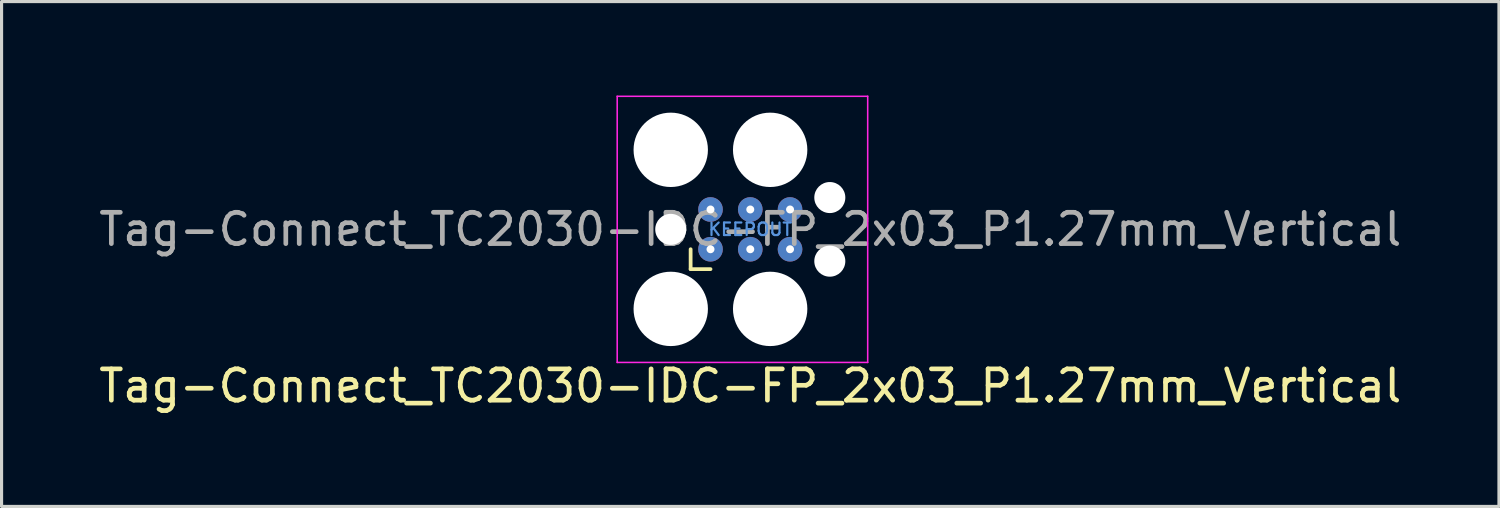
<source format=kicad_pcb>
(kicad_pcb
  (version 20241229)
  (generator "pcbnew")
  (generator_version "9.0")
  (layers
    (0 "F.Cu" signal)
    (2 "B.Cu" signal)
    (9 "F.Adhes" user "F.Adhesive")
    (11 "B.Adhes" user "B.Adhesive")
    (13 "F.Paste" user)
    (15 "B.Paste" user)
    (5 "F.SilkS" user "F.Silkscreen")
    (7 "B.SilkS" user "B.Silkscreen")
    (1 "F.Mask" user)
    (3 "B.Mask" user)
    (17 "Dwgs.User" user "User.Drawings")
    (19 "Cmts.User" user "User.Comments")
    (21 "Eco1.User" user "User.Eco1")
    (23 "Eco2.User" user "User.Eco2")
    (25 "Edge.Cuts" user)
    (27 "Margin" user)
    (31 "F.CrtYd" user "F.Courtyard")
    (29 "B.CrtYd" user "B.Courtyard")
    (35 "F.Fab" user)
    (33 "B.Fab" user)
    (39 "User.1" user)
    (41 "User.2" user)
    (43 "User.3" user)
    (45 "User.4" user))
  (footprint "Tag-Connect_TC2030-IDC-FP_2x03_P1.27mm_Vertical"
    (layer "F.Cu")
    (at 20.911 4.275)
    (property "Reference" "Tag-Connect_TC2030-IDC-FP_2x03_P1.27mm_Vertical" (at 0 5 0) (layer "F.SilkS") (effects (font (size 1 1) (thickness 0.15))))
    (attr exclude_from_pos_files exclude_from_bom)
    (fp_line (start -1.905 1.27) (end -1.905 0.635) (stroke (width 0.12) (type solid)) (layer "F.SilkS"))
    (fp_line (start -1.27 1.27) (end -1.905 1.27) (stroke (width 0.12) (type solid)) (layer "F.SilkS"))
    (fp_line (start -4.25 -4.25) (end 3.75 -4.25) (stroke (width 0.05) (type solid)) (layer "F.CrtYd"))
    (fp_line (start -4.25 4.25) (end -4.25 -4.25) (stroke (width 0.05) (type solid)) (layer "F.CrtYd"))
    (fp_line (start 3.75 -4.25) (end 3.75 4.25) (stroke (width 0.05) (type solid)) (layer "F.CrtYd"))
    (fp_line (start 3.75 4.25) (end -4.25 4.25) (stroke (width 0.05) (type solid)) (layer "F.CrtYd"))
    (fp_text user "KEEPOUT" (at 0 0 0) (layer "Cmts.User") (effects (font (size 0.4 0.4) (thickness 0.07))))
    (fp_text user "${REFERENCE}" (at 0 0 0) (layer "F.Fab") (effects (font (size 1 1) (thickness 0.15))))
    (pad "" np_thru_hole circle (at -2.54 -2.54) (size 2.375 2.375) (drill 2.375) (layers "*.Cu" "*.Mask"))
    (pad "" np_thru_hole circle (at -2.54 0) (size 0.991 0.991) (drill 0.991) (layers "*.Cu" "*.Mask"))
    (pad "" np_thru_hole circle (at -2.54 2.54) (size 2.375 2.375) (drill 2.375) (layers "*.Cu" "*.Mask"))
    (pad "" np_thru_hole circle (at 0.635 -2.54) (size 2.375 2.375) (drill 2.375) (layers "*.Cu" "*.Mask"))
    (pad "" np_thru_hole circle (at 0.635 2.54) (size 2.375 2.375) (drill 2.375) (layers "*.Cu" "*.Mask"))
    (pad "" np_thru_hole circle (at 2.54 -1.016) (size 0.991 0.991) (drill 0.991) (layers "*.Cu" "*.Mask"))
    (pad "" np_thru_hole circle (at 2.54 1.016) (size 0.991 0.991) (drill 0.991) (layers "*.Cu" "*.Mask"))
    (pad "1" thru_hole circle (at -1.27 0.635) (size 0.787 0.787) (drill 0.254) (layers "*.Cu" "F.Mask"))
    (pad "2" thru_hole circle (at -1.27 -0.635) (size 0.787 0.787) (drill 0.254) (layers "*.Cu" "F.Mask"))
    (pad "3" thru_hole circle (at 0 0.635) (size 0.787 0.787) (drill 0.254) (layers "*.Cu" "F.Mask"))
    (pad "4" thru_hole circle (at 0 -0.635) (size 0.787 0.787) (drill 0.254) (layers "*.Cu" "F.Mask"))
    (pad "5" thru_hole circle (at 1.27 0.635) (size 0.787 0.787) (drill 0.254) (layers "*.Cu" "F.Mask"))
    (pad "6" thru_hole circle (at 1.27 -0.635) (size 0.787 0.787) (drill 0.254) (layers "*.Cu" "F.Mask"))
    (zone (net_name "") (layer "F.Cu") (hatch full 0.508) (connect_pads) (min_thickness 0.254) (filled_areas_thickness no) (keepout (tracks allowed) (vias not_allowed) (pads allowed) (copperpour not_allowed) (footprints not_allowed)) (placement (enabled no)) (fill) (polygon (pts (xy 22.181 3.64) (xy 19.641 3.64) (xy 19.641 4.91) (xy 22.181 4.91)))))
  (gr_rect
    (start -3 -3)
    (end 44.821 13.123)
    (stroke (width 0.1) (type default))
    (fill no)
    (layer "Edge.Cuts")))
</source>
